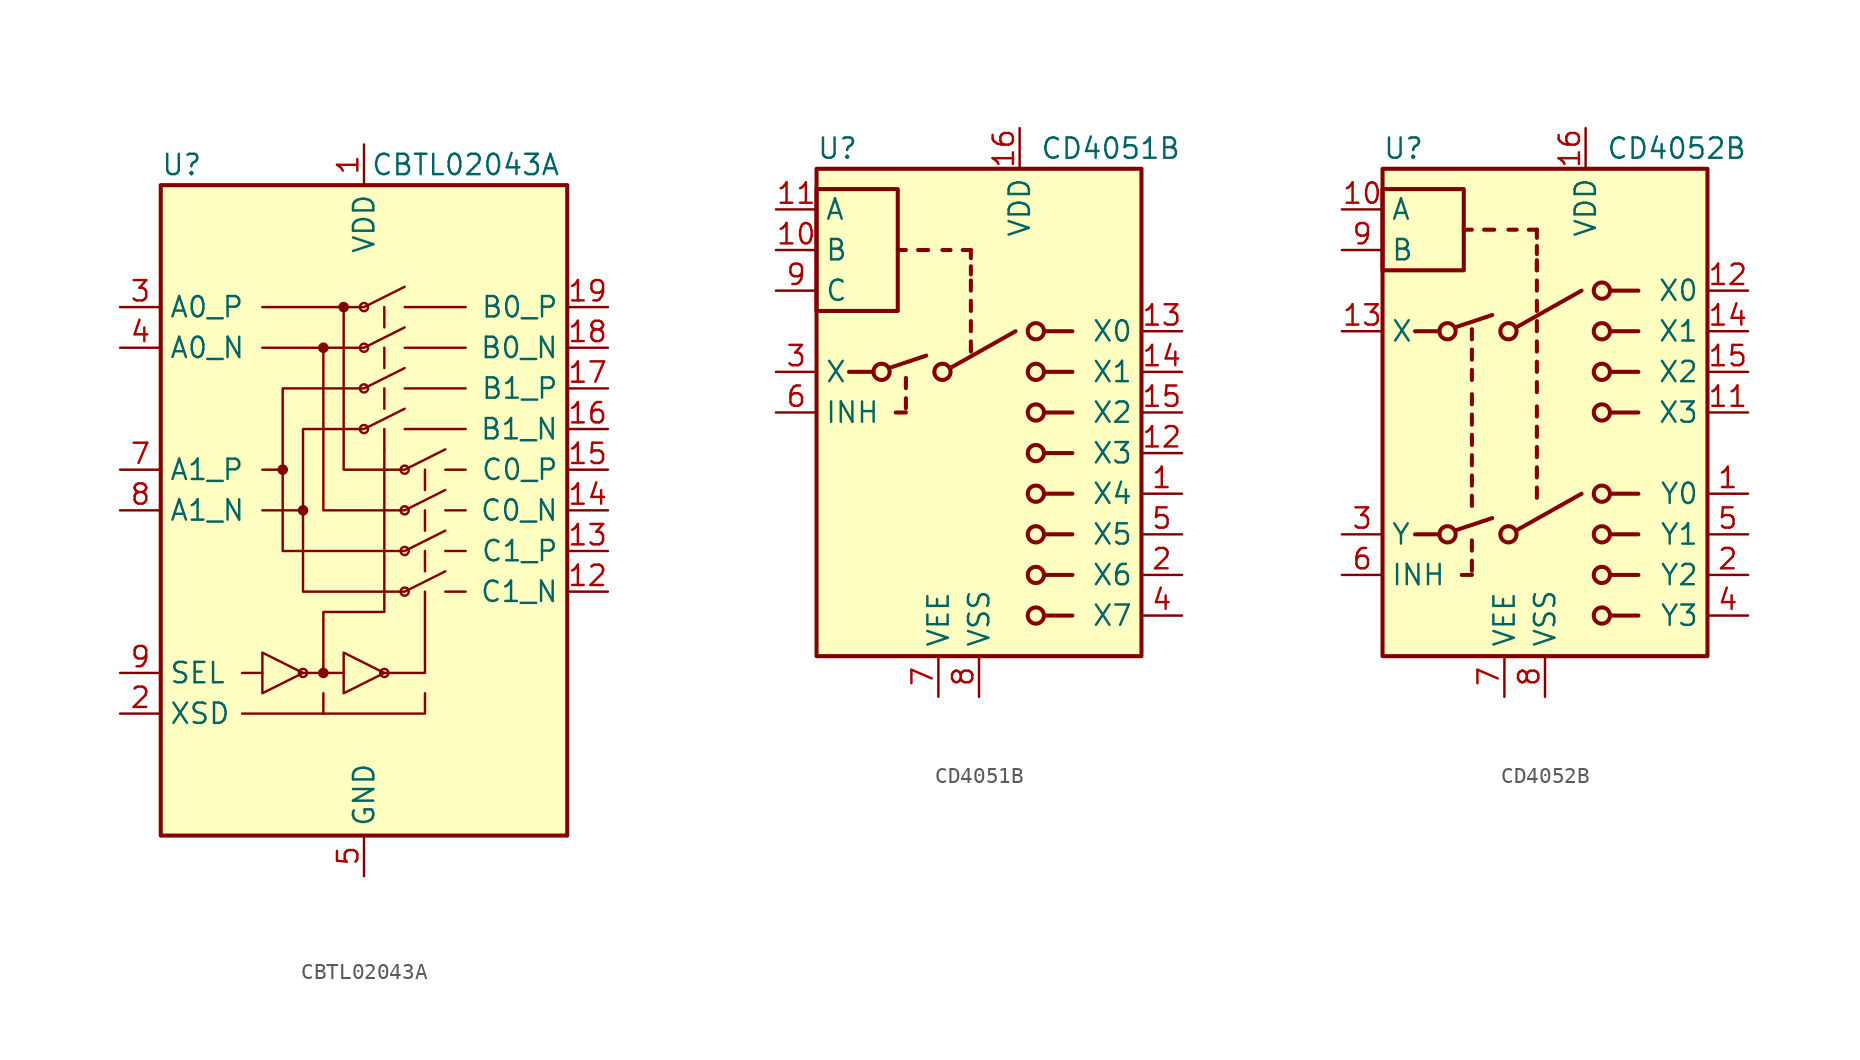
<source format=kicad_sym>
(kicad_symbol_lib
  (version 20201005)
  (generator kicad_symbol_editor)
  (symbol "Analog_Switch:CBTL02043A"
    (property "Reference" "U"
      (at -12.7 21.59 0)
      (effects (font (size 1.27 1.27)) (justify left)))
    (property "Value" "CBTL02043A"
      (at 6.35 21.59 0)
      (effects (font (size 1.27 1.27))))
    (symbol "CBTL02043A_0_1"
      (circle (center -5.08 2.54) (radius 0.254) (stroke (width 0)) (fill (type outline)))
      (circle (center -3.81 0) (radius 0.254) (stroke (width 0)) (fill (type outline)))
      (circle (center -2.54 10.16) (radius 0.254) (stroke (width 0)) (fill (type outline)))
      (circle (center -1.27 12.7) (radius 0.254) (stroke (width 0)) (fill (type outline)))
      (rectangle (start -12.7 20.32) (end 12.7 -20.32) (stroke (width 0.254)) (fill (type background)))
      (polyline (pts (xy -7.62 -10.16) (xy -6.35 -10.16)) (stroke (width 0)) (fill (type none)))
      (polyline (pts (xy -7.62 -12.7) (xy -2.54 -12.7) (xy -2.54 -11.43)) (stroke (width 0)) (fill (type none)))
      (polyline (pts (xy -2.54 -12.7) (xy 3.81 -12.7) (xy 3.81 -11.43)) (stroke (width 0)) (fill (type none)))
      (polyline (pts (xy 1.27 -10.16) (xy -1.27 -8.89) (xy -1.27 -11.43) (xy 1.27 -10.16)) (stroke (width 0)) (fill (type none)))
      (polyline (pts (xy 5.08 -3.81) (xy 2.54 -5.08) (xy -3.81 -5.08) (xy -3.81 0)) (stroke (width 0)) (fill (type none)))
      (polyline (pts (xy 5.08 -1.27) (xy 2.54 -2.54) (xy -5.08 -2.54) (xy -5.08 2.54)) (stroke (width 0)) (fill (type none)))
      (polyline (pts (xy 5.08 1.27) (xy 2.54 0) (xy -2.54 0) (xy -2.54 10.16)) (stroke (width 0)) (fill (type none)))
      (polyline (pts (xy 5.08 3.81) (xy 2.54 2.54) (xy -1.27 2.54) (xy -1.27 12.7)) (stroke (width 0)) (fill (type none))))
    (symbol "CBTL02043A_1_1"
      (circle (center -3.81 -10.16) (radius 0.254) (stroke (width 0)) (fill (type none)))
      (circle (center -2.54 -10.16) (radius 0.254) (stroke (width 0)) (fill (type outline)))
      (circle (center 0 5.08) (radius 0.254) (stroke (width 0)) (fill (type none)))
      (circle (center 0 7.62) (radius 0.254) (stroke (width 0)) (fill (type none)))
      (circle (center 0 10.16) (radius 0.254) (stroke (width 0)) (fill (type none)))
      (circle (center 0 12.7) (radius 0.254) (stroke (width 0)) (fill (type none)))
      (circle (center 1.27 -10.16) (radius 0.254) (stroke (width 0)) (fill (type none)))
      (circle (center 2.54 -5.08) (radius 0.254) (stroke (width 0)) (fill (type none)))
      (circle (center 2.54 -2.54) (radius 0.254) (stroke (width 0)) (fill (type none)))
      (circle (center 2.54 0) (radius 0.254) (stroke (width 0)) (fill (type none)))
      (circle (center 2.54 2.54) (radius 0.254) (stroke (width 0)) (fill (type none)))
      (polyline (pts (xy -2.54 -10.16) (xy -1.27 -10.16)) (stroke (width 0)) (fill (type none)))
      (polyline (pts (xy 1.27 5.08) (xy 1.27 3.81)) (stroke (width 0)) (fill (type none)))
      (polyline (pts (xy 1.27 7.62) (xy 1.27 6.35)) (stroke (width 0)) (fill (type none)))
      (polyline (pts (xy 1.27 10.16) (xy 1.27 8.89)) (stroke (width 0)) (fill (type none)))
      (polyline (pts (xy 1.27 12.7) (xy 1.27 11.43)) (stroke (width 0)) (fill (type none)))
      (polyline (pts (xy 3.81 -3.81) (xy 3.81 -2.54)) (stroke (width 0)) (fill (type none)))
      (polyline (pts (xy 3.81 -1.27) (xy 3.81 0)) (stroke (width 0)) (fill (type none)))
      (polyline (pts (xy 3.81 1.27) (xy 3.81 2.54)) (stroke (width 0)) (fill (type none)))
      (polyline (pts (xy 6.35 -5.08) (xy 5.08 -5.08)) (stroke (width 0)) (fill (type none)))
      (polyline (pts (xy 6.35 -2.54) (xy 5.08 -2.54)) (stroke (width 0)) (fill (type none)))
      (polyline (pts (xy 6.35 0) (xy 5.08 0)) (stroke (width 0)) (fill (type none)))
      (polyline (pts (xy 6.35 2.54) (xy 5.08 2.54)) (stroke (width 0)) (fill (type none)))
      (polyline (pts (xy 6.35 5.08) (xy 2.54 5.08)) (stroke (width 0)) (fill (type none)))
      (polyline (pts (xy 6.35 7.62) (xy 2.54 7.62)) (stroke (width 0)) (fill (type none)))
      (polyline (pts (xy 6.35 10.16) (xy 2.54 10.16)) (stroke (width 0)) (fill (type none)))
      (polyline (pts (xy 6.35 12.7) (xy 2.54 12.7)) (stroke (width 0)) (fill (type none)))
      (polyline (pts (xy -6.35 10.16) (xy 0 10.16) (xy 2.54 11.43)) (stroke (width 0)) (fill (type none)))
      (polyline (pts (xy -6.35 12.7) (xy 0 12.7) (xy 2.54 13.97)) (stroke (width 0)) (fill (type none)))
      (polyline (pts (xy 1.27 -10.16) (xy 3.81 -10.16) (xy 3.81 -5.08)) (stroke (width 0)) (fill (type none)))
      (polyline (pts (xy -3.81 -10.16) (xy -6.35 -8.89) (xy -6.35 -11.43) (xy -3.81 -10.16)) (stroke (width 0)) (fill (type none)))
      (polyline (pts (xy -6.35 0) (xy -3.81 0) (xy -3.81 5.08) (xy 0 5.08) (xy 2.54 6.35)) (stroke (width 0)) (fill (type none)))
      (polyline (pts (xy -6.35 2.54) (xy -5.08 2.54) (xy -5.08 7.62) (xy 0 7.62) (xy 2.54 8.89)) (stroke (width 0)) (fill (type none)))
      (polyline (pts (xy 1.27 3.81) (xy 1.27 -6.35) (xy -2.54 -6.35) (xy -2.54 -10.16) (xy -3.81 -10.16)) (stroke (width 0)) (fill (type none)))
      (pin power_in line (at 0 22.86 270) (length 2.54) (name "VDD" (effects (font (size 1.27 1.27)))) (number "1" (effects (font (size 1.27 1.27)))))
      (pin passive line (at 0 22.86 270) (length 2.54) hide (name "VDD" (effects (font (size 1.27 1.27)))) (number "10" (effects (font (size 1.27 1.27)))))
      (pin passive line (at 0 -22.86 90) (length 2.54) hide (name "GND" (effects (font (size 1.27 1.27)))) (number "11" (effects (font (size 1.27 1.27)))))
      (pin passive line (at 15.24 -5.08 180) (length 2.54) (name "C1_N" (effects (font (size 1.27 1.27)))) (number "12" (effects (font (size 1.27 1.27)))))
      (pin passive line (at 15.24 -2.54 180) (length 2.54) (name "C1_P" (effects (font (size 1.27 1.27)))) (number "13" (effects (font (size 1.27 1.27)))))
      (pin passive line (at 15.24 0 180) (length 2.54) (name "C0_N" (effects (font (size 1.27 1.27)))) (number "14" (effects (font (size 1.27 1.27)))))
      (pin passive line (at 15.24 2.54 180) (length 2.54) (name "C0_P" (effects (font (size 1.27 1.27)))) (number "15" (effects (font (size 1.27 1.27)))))
      (pin passive line (at 15.24 5.08 180) (length 2.54) (name "B1_N" (effects (font (size 1.27 1.27)))) (number "16" (effects (font (size 1.27 1.27)))))
      (pin passive line (at 15.24 7.62 180) (length 2.54) (name "B1_P" (effects (font (size 1.27 1.27)))) (number "17" (effects (font (size 1.27 1.27)))))
      (pin passive line (at 15.24 10.16 180) (length 2.54) (name "B0_N" (effects (font (size 1.27 1.27)))) (number "18" (effects (font (size 1.27 1.27)))))
      (pin passive line (at 15.24 12.7 180) (length 2.54) (name "B0_P" (effects (font (size 1.27 1.27)))) (number "19" (effects (font (size 1.27 1.27)))))
      (pin input line (at -15.24 -12.7 0) (length 2.54) (name "XSD" (effects (font (size 1.27 1.27)))) (number "2" (effects (font (size 1.27 1.27)))))
      (pin passive line (at 0 -22.86 90) (length 2.54) hide (name "GND" (effects (font (size 1.27 1.27)))) (number "20" (effects (font (size 1.27 1.27)))))
      (pin passive line (at 0 -22.86 90) (length 2.54) hide (name "GND" (effects (font (size 1.27 1.27)))) (number "21" (effects (font (size 1.27 1.27)))))
      (pin passive line (at -15.24 12.7 0) (length 2.54) (name "A0_P" (effects (font (size 1.27 1.27)))) (number "3" (effects (font (size 1.27 1.27)))))
      (pin passive line (at -15.24 10.16 0) (length 2.54) (name "A0_N" (effects (font (size 1.27 1.27)))) (number "4" (effects (font (size 1.27 1.27)))))
      (pin power_in line (at 0 -22.86 90) (length 2.54) (name "GND" (effects (font (size 1.27 1.27)))) (number "5" (effects (font (size 1.27 1.27)))))
      (pin passive line (at 0 22.86 270) (length 2.54) hide (name "VDD" (effects (font (size 1.27 1.27)))) (number "6" (effects (font (size 1.27 1.27)))))
      (pin passive line (at -15.24 2.54 0) (length 2.54) (name "A1_P" (effects (font (size 1.27 1.27)))) (number "7" (effects (font (size 1.27 1.27)))))
      (pin passive line (at -15.24 0 0) (length 2.54) (name "A1_N" (effects (font (size 1.27 1.27)))) (number "8" (effects (font (size 1.27 1.27)))))
      (pin input line (at -15.24 -10.16 0) (length 2.54) (name "SEL" (effects (font (size 1.27 1.27)))) (number "9" (effects (font (size 1.27 1.27)))))))
  (symbol "Analog_Switch:CD4051B"
    (property "Reference" "U"
      (at -10.16 16.51 0)
      (effects (font (size 1.27 1.27)) (justify left)))
    (property "Value" "CD4051B"
      (at 3.81 16.51 0)
      (effects (font (size 1.27 1.27)) (justify left)))
    (symbol "CD4051B_0_1"
      (circle (center -6.096 2.54) (radius 0.508) (stroke (width 0.254)) (fill (type none)))
      (circle (center -2.286 2.54) (radius 0.508) (stroke (width 0.254)) (fill (type none)))
      (circle (center 3.556 -12.7) (radius 0.508) (stroke (width 0.254)) (fill (type none)))
      (circle (center 3.556 -10.16) (radius 0.508) (stroke (width 0.254)) (fill (type none)))
      (circle (center 3.556 -7.62) (radius 0.508) (stroke (width 0.254)) (fill (type none)))
      (circle (center 3.556 -5.08) (radius 0.508) (stroke (width 0.254)) (fill (type none)))
      (circle (center 3.556 -2.54) (radius 0.508) (stroke (width 0.254)) (fill (type none)))
      (circle (center 3.556 0) (radius 0.508) (stroke (width 0.254)) (fill (type none)))
      (circle (center 3.556 2.54) (radius 0.508) (stroke (width 0.254)) (fill (type none)))
      (circle (center 3.556 5.08) (radius 0.508) (stroke (width 0.254)) (fill (type none)))
      (rectangle (start -10.16 6.35) (end -5.08 13.97) (stroke (width 0.254)) (fill (type none)))
      (rectangle (start -10.16 15.24) (end 10.16 -15.24) (stroke (width 0.254)) (fill (type background)))
      (polyline (pts (xy -8.128 2.54) (xy -6.604 2.54)) (stroke (width 0.254)) (fill (type none)))
      (polyline (pts (xy -5.588 2.794) (xy -3.302 3.556)) (stroke (width 0.254)) (fill (type none)))
      (polyline (pts (xy -4.572 0) (xy -5.207 0)) (stroke (width 0.254)) (fill (type none)))
      (polyline (pts (xy -4.572 0.254) (xy -4.572 0.889)) (stroke (width 0.254)) (fill (type none)))
      (polyline (pts (xy -4.572 1.524) (xy -4.572 2.159)) (stroke (width 0.254)) (fill (type none)))
      (polyline (pts (xy -4.572 10.16) (xy -5.08 10.16)) (stroke (width 0.254)) (fill (type none)))
      (polyline (pts (xy -3.81 10.16) (xy -3.175 10.16)) (stroke (width 0.254)) (fill (type none)))
      (polyline (pts (xy -1.778 2.794) (xy 2.286 5.08)) (stroke (width 0.254)) (fill (type none)))
      (polyline (pts (xy -1.778 10.16) (xy -2.286 10.16)) (stroke (width 0.254)) (fill (type none)))
      (polyline (pts (xy -0.508 3.81) (xy -0.508 4.445)) (stroke (width 0.254)) (fill (type none)))
      (polyline (pts (xy -0.508 5.08) (xy -0.508 5.715)) (stroke (width 0.254)) (fill (type none)))
      (polyline (pts (xy -0.508 6.35) (xy -0.508 6.985)) (stroke (width 0.254)) (fill (type none)))
      (polyline (pts (xy -0.508 7.62) (xy -0.508 8.255)) (stroke (width 0.254)) (fill (type none)))
      (polyline (pts (xy -0.508 8.636) (xy -0.508 9.144)) (stroke (width 0.254)) (fill (type none)))
      (polyline (pts (xy -0.508 9.652) (xy -0.508 10.16)) (stroke (width 0.254)) (fill (type none)))
      (polyline (pts (xy -0.508 10.16) (xy -1.016 10.16)) (stroke (width 0.254)) (fill (type none)))
      (polyline (pts (xy 4.064 -12.7) (xy 5.842 -12.7)) (stroke (width 0.254)) (fill (type none)))
      (polyline (pts (xy 4.064 -10.16) (xy 5.842 -10.16)) (stroke (width 0.254)) (fill (type none)))
      (polyline (pts (xy 4.064 -7.62) (xy 5.842 -7.62)) (stroke (width 0.254)) (fill (type none)))
      (polyline (pts (xy 4.064 -5.08) (xy 5.842 -5.08)) (stroke (width 0.254)) (fill (type none)))
      (polyline (pts (xy 4.064 -2.54) (xy 5.842 -2.54)) (stroke (width 0.254)) (fill (type none)))
      (polyline (pts (xy 4.064 0) (xy 5.842 0)) (stroke (width 0.254)) (fill (type none)))
      (polyline (pts (xy 4.064 2.54) (xy 5.842 2.54)) (stroke (width 0.254)) (fill (type none)))
      (polyline (pts (xy 4.064 5.08) (xy 5.842 5.08)) (stroke (width 0.254)) (fill (type none))))
    (symbol "CD4051B_1_1"
      (pin bidirectional line (at 12.7 -5.08 180) (length 2.54) (name "X4" (effects (font (size 1.27 1.27)))) (number "1" (effects (font (size 1.27 1.27)))))
      (pin input line (at -12.7 10.16 0) (length 2.54) (name "B" (effects (font (size 1.27 1.27)))) (number "10" (effects (font (size 1.27 1.27)))))
      (pin input line (at -12.7 12.7 0) (length 2.54) (name "A" (effects (font (size 1.27 1.27)))) (number "11" (effects (font (size 1.27 1.27)))))
      (pin bidirectional line (at 12.7 -2.54 180) (length 2.54) (name "X3" (effects (font (size 1.27 1.27)))) (number "12" (effects (font (size 1.27 1.27)))))
      (pin bidirectional line (at 12.7 5.08 180) (length 2.54) (name "X0" (effects (font (size 1.27 1.27)))) (number "13" (effects (font (size 1.27 1.27)))))
      (pin bidirectional line (at 12.7 2.54 180) (length 2.54) (name "X1" (effects (font (size 1.27 1.27)))) (number "14" (effects (font (size 1.27 1.27)))))
      (pin bidirectional line (at 12.7 0 180) (length 2.54) (name "X2" (effects (font (size 1.27 1.27)))) (number "15" (effects (font (size 1.27 1.27)))))
      (pin power_in line (at 2.54 17.78 270) (length 2.54) (name "VDD" (effects (font (size 1.27 1.27)))) (number "16" (effects (font (size 1.27 1.27)))))
      (pin bidirectional line (at 12.7 -10.16 180) (length 2.54) (name "X6" (effects (font (size 1.27 1.27)))) (number "2" (effects (font (size 1.27 1.27)))))
      (pin bidirectional line (at -12.7 2.54 0) (length 2.54) (name "X" (effects (font (size 1.27 1.27)))) (number "3" (effects (font (size 1.27 1.27)))))
      (pin bidirectional line (at 12.7 -12.7 180) (length 2.54) (name "X7" (effects (font (size 1.27 1.27)))) (number "4" (effects (font (size 1.27 1.27)))))
      (pin bidirectional line (at 12.7 -7.62 180) (length 2.54) (name "X5" (effects (font (size 1.27 1.27)))) (number "5" (effects (font (size 1.27 1.27)))))
      (pin input line (at -12.7 0 0) (length 2.54) (name "INH" (effects (font (size 1.27 1.27)))) (number "6" (effects (font (size 1.27 1.27)))))
      (pin power_in line (at -2.54 -17.78 90) (length 2.54) (name "VEE" (effects (font (size 1.27 1.27)))) (number "7" (effects (font (size 1.27 1.27)))))
      (pin power_in line (at 0 -17.78 90) (length 2.54) (name "VSS" (effects (font (size 1.27 1.27)))) (number "8" (effects (font (size 1.27 1.27)))))
      (pin input line (at -12.7 7.62 0) (length 2.54) (name "C" (effects (font (size 1.27 1.27)))) (number "9" (effects (font (size 1.27 1.27)))))))
  (symbol "Analog_Switch:CD4052B"
    (property "Reference" "U"
      (at -10.16 16.51 0)
      (effects (font (size 1.27 1.27)) (justify left)))
    (property "Value" "CD4052B"
      (at 3.81 16.51 0)
      (effects (font (size 1.27 1.27)) (justify left)))
    (symbol "CD4052B_0_1"
      (circle (center -6.096 -7.62) (radius 0.508) (stroke (width 0.254)) (fill (type none)))
      (circle (center -6.096 5.08) (radius 0.508) (stroke (width 0.254)) (fill (type none)))
      (circle (center -2.286 -7.62) (radius 0.508) (stroke (width 0.254)) (fill (type none)))
      (circle (center -2.286 5.08) (radius 0.508) (stroke (width 0.254)) (fill (type none)))
      (circle (center 3.556 -12.7) (radius 0.508) (stroke (width 0.254)) (fill (type none)))
      (circle (center 3.556 -10.16) (radius 0.508) (stroke (width 0.254)) (fill (type none)))
      (circle (center 3.556 -7.62) (radius 0.508) (stroke (width 0.254)) (fill (type none)))
      (circle (center 3.556 -5.08) (radius 0.508) (stroke (width 0.254)) (fill (type none)))
      (circle (center 3.556 0) (radius 0.508) (stroke (width 0.254)) (fill (type none)))
      (circle (center 3.556 2.54) (radius 0.508) (stroke (width 0.254)) (fill (type none)))
      (circle (center 3.556 5.08) (radius 0.508) (stroke (width 0.254)) (fill (type none)))
      (circle (center 3.556 7.62) (radius 0.508) (stroke (width 0.254)) (fill (type none)))
      (rectangle (start -10.16 8.89) (end -5.08 13.97) (stroke (width 0.254)) (fill (type none)))
      (rectangle (start -10.16 15.24) (end 10.16 -15.24) (stroke (width 0.254)) (fill (type background)))
      (polyline (pts (xy -8.128 -7.62) (xy -6.604 -7.62)) (stroke (width 0.254)) (fill (type none)))
      (polyline (pts (xy -8.128 5.08) (xy -6.604 5.08)) (stroke (width 0.254)) (fill (type none)))
      (polyline (pts (xy -5.588 -7.366) (xy -3.302 -6.604)) (stroke (width 0.254)) (fill (type none)))
      (polyline (pts (xy -5.588 5.334) (xy -3.302 6.096)) (stroke (width 0.254)) (fill (type none)))
      (polyline (pts (xy -4.572 -10.16) (xy -5.207 -10.16)) (stroke (width 0.254)) (fill (type none)))
      (polyline (pts (xy -4.572 -9.906) (xy -4.572 -9.271)) (stroke (width 0.254)) (fill (type none)))
      (polyline (pts (xy -4.572 -8.636) (xy -4.572 -8.001)) (stroke (width 0.254)) (fill (type none)))
      (polyline (pts (xy -4.572 -5.842) (xy -4.572 -5.207)) (stroke (width 0.254)) (fill (type none)))
      (polyline (pts (xy -4.572 -4.572) (xy -4.572 -3.937)) (stroke (width 0.254)) (fill (type none)))
      (polyline (pts (xy -4.572 -3.302) (xy -4.572 -2.667)) (stroke (width 0.254)) (fill (type none)))
      (polyline (pts (xy -4.572 -2.032) (xy -4.572 -1.397)) (stroke (width 0.254)) (fill (type none)))
      (polyline (pts (xy -4.572 -0.762) (xy -4.572 -0.127)) (stroke (width 0.254)) (fill (type none)))
      (polyline (pts (xy -4.572 0.508) (xy -4.572 1.143)) (stroke (width 0.254)) (fill (type none)))
      (polyline (pts (xy -4.572 2.032) (xy -4.572 2.667)) (stroke (width 0.254)) (fill (type none)))
      (polyline (pts (xy -4.572 3.302) (xy -4.572 3.937)) (stroke (width 0.254)) (fill (type none)))
      (polyline (pts (xy -4.572 4.572) (xy -4.572 5.207)) (stroke (width 0.254)) (fill (type none)))
      (polyline (pts (xy -4.572 11.43) (xy -5.08 11.43)) (stroke (width 0.254)) (fill (type none)))
      (polyline (pts (xy -3.81 11.43) (xy -3.175 11.43)) (stroke (width 0.254)) (fill (type none)))
      (polyline (pts (xy -1.778 -7.366) (xy 2.286 -5.08)) (stroke (width 0.254)) (fill (type none)))
      (polyline (pts (xy -1.778 5.334) (xy 2.286 7.62)) (stroke (width 0.254)) (fill (type none)))
      (polyline (pts (xy -1.778 11.43) (xy -2.286 11.43)) (stroke (width 0.254)) (fill (type none)))
      (polyline (pts (xy -0.508 -5.334) (xy -0.508 -4.699)) (stroke (width 0.254)) (fill (type none)))
      (polyline (pts (xy -0.508 -4.064) (xy -0.508 -3.429)) (stroke (width 0.254)) (fill (type none)))
      (polyline (pts (xy -0.508 -2.794) (xy -0.508 -2.159)) (stroke (width 0.254)) (fill (type none)))
      (polyline (pts (xy -0.508 -1.524) (xy -0.508 -0.889)) (stroke (width 0.254)) (fill (type none)))
      (polyline (pts (xy -0.508 -0.254) (xy -0.508 0.381)) (stroke (width 0.254)) (fill (type none)))
      (polyline (pts (xy -0.508 1.27) (xy -0.508 1.905)) (stroke (width 0.254)) (fill (type none)))
      (polyline (pts (xy -0.508 2.54) (xy -0.508 3.175)) (stroke (width 0.254)) (fill (type none)))
      (polyline (pts (xy -0.508 3.81) (xy -0.508 4.445)) (stroke (width 0.254)) (fill (type none)))
      (polyline (pts (xy -0.508 5.08) (xy -0.508 5.715)) (stroke (width 0.254)) (fill (type none)))
      (polyline (pts (xy -0.508 6.35) (xy -0.508 6.985)) (stroke (width 0.254)) (fill (type none)))
      (polyline (pts (xy -0.508 7.62) (xy -0.508 8.255)) (stroke (width 0.254)) (fill (type none)))
      (polyline (pts (xy -0.508 8.89) (xy -0.508 9.398)) (stroke (width 0.254)) (fill (type none)))
      (polyline (pts (xy -0.508 8.89) (xy -0.508 9.525)) (stroke (width 0.254)) (fill (type none)))
      (polyline (pts (xy -0.508 9.906) (xy -0.508 10.414)) (stroke (width 0.254)) (fill (type none)))
      (polyline (pts (xy -0.508 10.922) (xy -0.508 11.43)) (stroke (width 0.254)) (fill (type none)))
      (polyline (pts (xy -0.508 11.43) (xy -1.016 11.43)) (stroke (width 0.254)) (fill (type none)))
      (polyline (pts (xy 4.064 -12.7) (xy 5.842 -12.7)) (stroke (width 0.254)) (fill (type none)))
      (polyline (pts (xy 4.064 -10.16) (xy 5.842 -10.16)) (stroke (width 0.254)) (fill (type none)))
      (polyline (pts (xy 4.064 -7.62) (xy 5.842 -7.62)) (stroke (width 0.254)) (fill (type none)))
      (polyline (pts (xy 4.064 -5.08) (xy 5.842 -5.08)) (stroke (width 0.254)) (fill (type none)))
      (polyline (pts (xy 4.064 0) (xy 5.842 0)) (stroke (width 0.254)) (fill (type none)))
      (polyline (pts (xy 4.064 2.54) (xy 5.842 2.54)) (stroke (width 0.254)) (fill (type none)))
      (polyline (pts (xy 4.064 5.08) (xy 5.842 5.08)) (stroke (width 0.254)) (fill (type none)))
      (polyline (pts (xy 4.064 7.62) (xy 5.842 7.62)) (stroke (width 0.254)) (fill (type none))))
    (symbol "CD4052B_1_1"
      (pin bidirectional line (at 12.7 -5.08 180) (length 2.54) (name "Y0" (effects (font (size 1.27 1.27)))) (number "1" (effects (font (size 1.27 1.27)))))
      (pin input line (at -12.7 12.7 0) (length 2.54) (name "A" (effects (font (size 1.27 1.27)))) (number "10" (effects (font (size 1.27 1.27)))))
      (pin bidirectional line (at 12.7 0 180) (length 2.54) (name "X3" (effects (font (size 1.27 1.27)))) (number "11" (effects (font (size 1.27 1.27)))))
      (pin bidirectional line (at 12.7 7.62 180) (length 2.54) (name "X0" (effects (font (size 1.27 1.27)))) (number "12" (effects (font (size 1.27 1.27)))))
      (pin bidirectional line (at -12.7 5.08 0) (length 2.54) (name "X" (effects (font (size 1.27 1.27)))) (number "13" (effects (font (size 1.27 1.27)))))
      (pin bidirectional line (at 12.7 5.08 180) (length 2.54) (name "X1" (effects (font (size 1.27 1.27)))) (number "14" (effects (font (size 1.27 1.27)))))
      (pin bidirectional line (at 12.7 2.54 180) (length 2.54) (name "X2" (effects (font (size 1.27 1.27)))) (number "15" (effects (font (size 1.27 1.27)))))
      (pin power_in line (at 2.54 17.78 270) (length 2.54) (name "VDD" (effects (font (size 1.27 1.27)))) (number "16" (effects (font (size 1.27 1.27)))))
      (pin bidirectional line (at 12.7 -10.16 180) (length 2.54) (name "Y2" (effects (font (size 1.27 1.27)))) (number "2" (effects (font (size 1.27 1.27)))))
      (pin bidirectional line (at -12.7 -7.62 0) (length 2.54) (name "Y" (effects (font (size 1.27 1.27)))) (number "3" (effects (font (size 1.27 1.27)))))
      (pin bidirectional line (at 12.7 -12.7 180) (length 2.54) (name "Y3" (effects (font (size 1.27 1.27)))) (number "4" (effects (font (size 1.27 1.27)))))
      (pin bidirectional line (at 12.7 -7.62 180) (length 2.54) (name "Y1" (effects (font (size 1.27 1.27)))) (number "5" (effects (font (size 1.27 1.27)))))
      (pin input line (at -12.7 -10.16 0) (length 2.54) (name "INH" (effects (font (size 1.27 1.27)))) (number "6" (effects (font (size 1.27 1.27)))))
      (pin power_in line (at -2.54 -17.78 90) (length 2.54) (name "VEE" (effects (font (size 1.27 1.27)))) (number "7" (effects (font (size 1.27 1.27)))))
      (pin power_in line (at 0 -17.78 90) (length 2.54) (name "VSS" (effects (font (size 1.27 1.27)))) (number "8" (effects (font (size 1.27 1.27)))))
      (pin input line (at -12.7 10.16 0) (length 2.54) (name "B" (effects (font (size 1.27 1.27)))) (number "9" (effects (font (size 1.27 1.27))))))))
</source>
